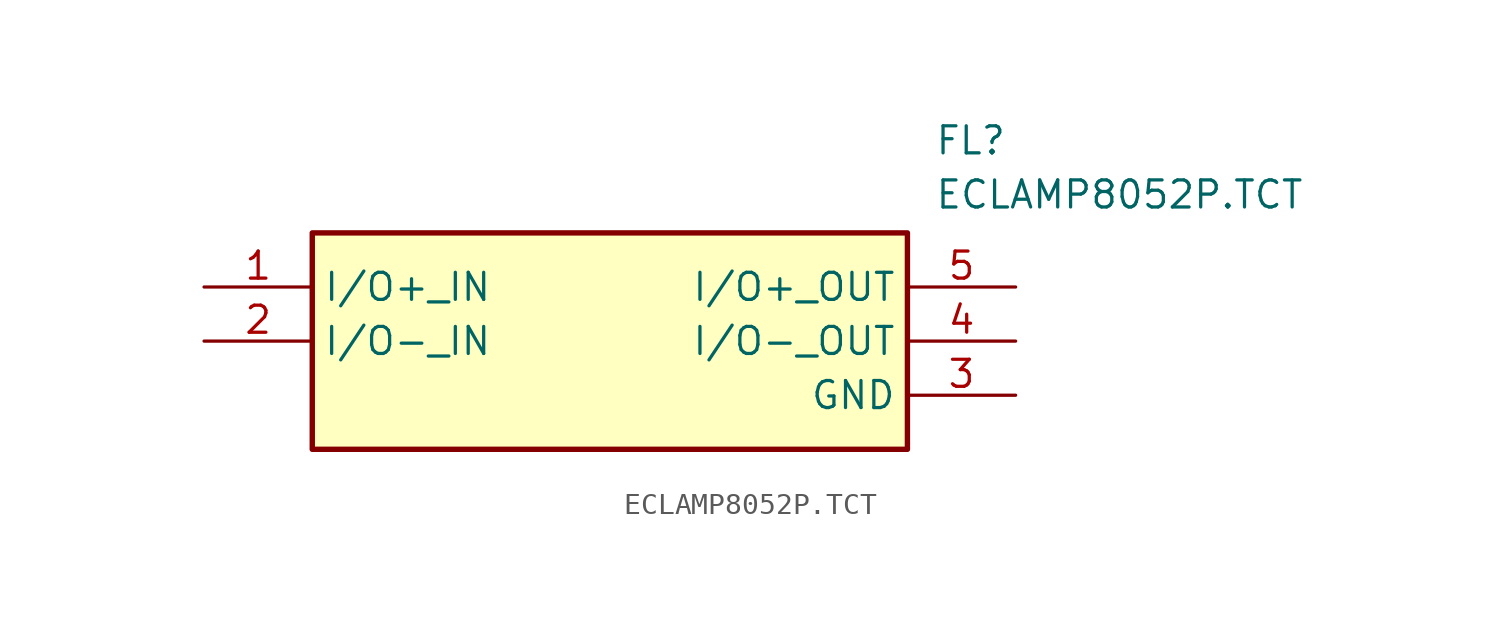
<source format=kicad_sym>
(kicad_symbol_lib
  (version 20211014)
  (generator SamacSys_ECAD_Model)
  (symbol "ECLAMP8052P.TCT"
    (property "Reference" "FL"
      (at 34.29 7.62 0)
      (effects (font (size 1.27 1.27)) (justify left top)))
    (property "Value" "ECLAMP8052P.TCT"
      (at 34.29 5.08 0)
      (effects (font (size 1.27 1.27)) (justify left top)))
    (rectangle
      (start 5.08 2.54)
      (end 33.02 -7.62)
      (stroke (width 0.254) (type default))
      (fill (type background)))
    (pin passive line
      (at 0 0 0)
      (length 5.08)
      (name "I/O+_IN" (effects (font (size 1.27 1.27))))
      (number "1" (effects (font (size 1.27 1.27)))))
    (pin passive line
      (at 0 -2.54 0)
      (length 5.08)
      (name "I/O-_IN" (effects (font (size 1.27 1.27))))
      (number "2" (effects (font (size 1.27 1.27)))))
    (pin passive line
      (at 38.1 -5.08 180)
      (length 5.08)
      (name "GND" (effects (font (size 1.27 1.27))))
      (number "3" (effects (font (size 1.27 1.27)))))
    (pin passive line
      (at 38.1 -2.54 180)
      (length 5.08)
      (name "I/O-_OUT" (effects (font (size 1.27 1.27))))
      (number "4" (effects (font (size 1.27 1.27)))))
    (pin passive line
      (at 38.1 0 180)
      (length 5.08)
      (name "I/O+_OUT" (effects (font (size 1.27 1.27))))
      (number "5" (effects (font (size 1.27 1.27)))))))
</source>
